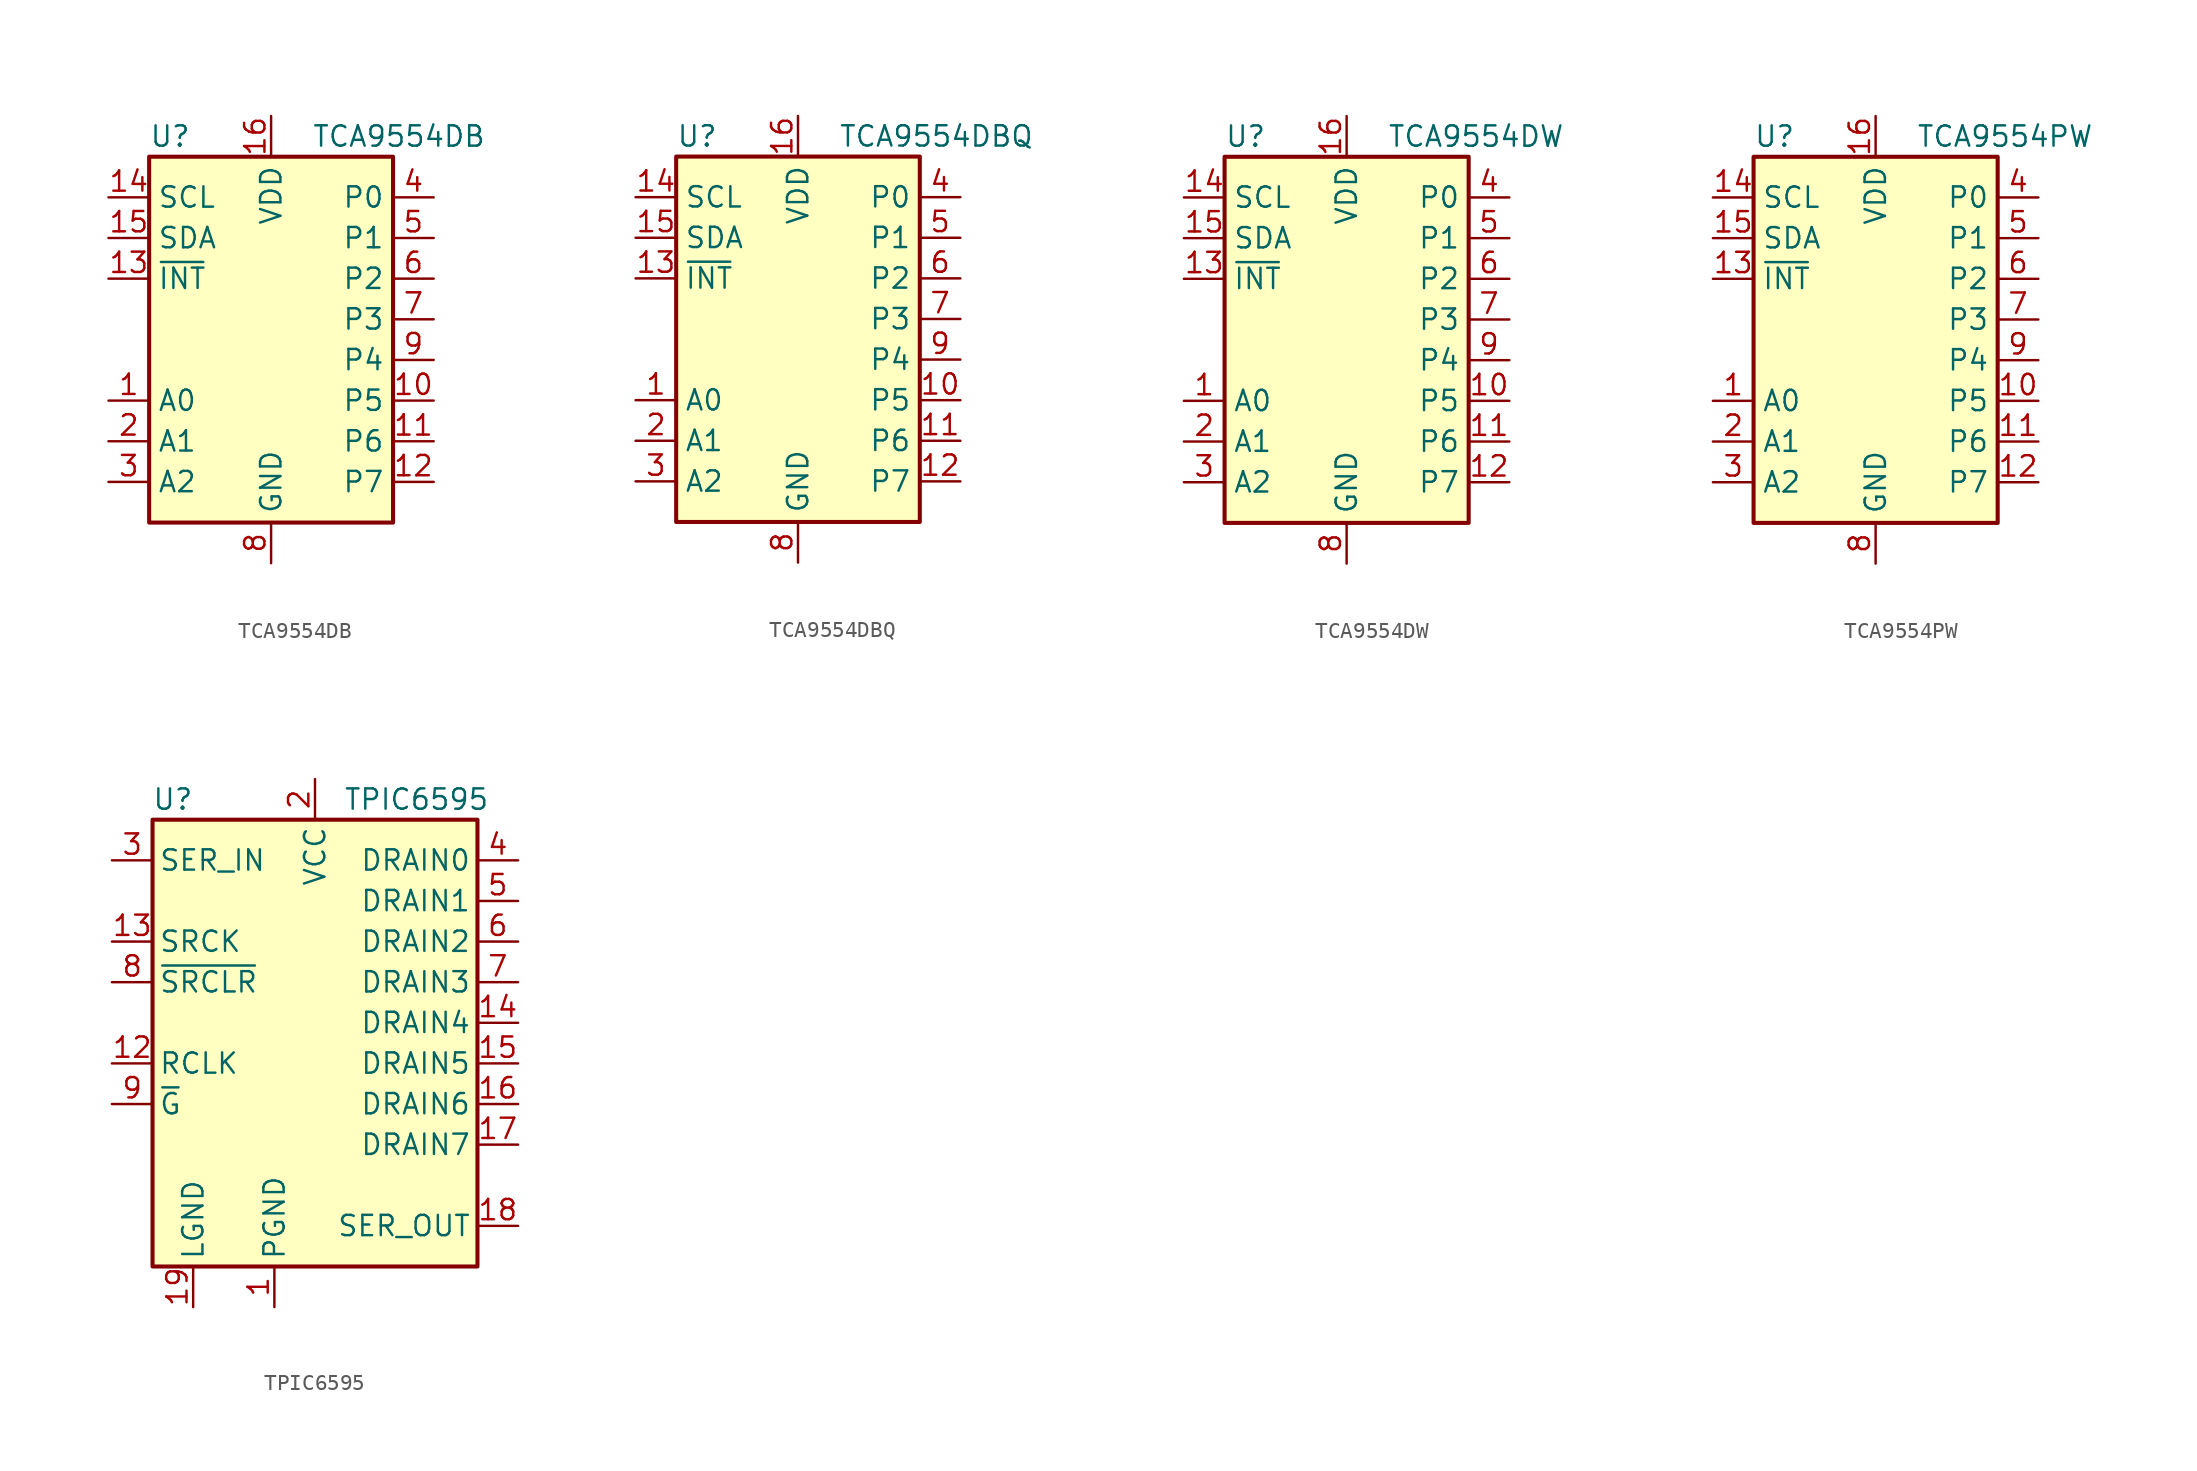
<source format=kicad_sym>
(kicad_symbol_lib
  (version 20201005)
  (generator kicad_symbol_editor)
  (symbol "TCA9554DB"
    (property "Reference" "U"
      (at -7.62 11.43 0)
      (effects (font (size 1.27 1.27)) (justify left)))
    (property "Value" "TCA9554DB"
      (at 2.54 11.43 0)
      (effects (font (size 1.27 1.27)) (justify left)))
    (symbol "TCA9554DB_0_1"
      (rectangle (start -7.62 -12.7) (end 7.62 10.16) (stroke (width 0.254)) (fill (type background))))
    (symbol "TCA9554DB_1_1"
      (pin input line (at -10.16 -5.08 0) (length 2.54) (name "A0" (effects (font (size 1.27 1.27)))) (number "1" (effects (font (size 1.27 1.27)))))
      (pin bidirectional line (at 10.16 -5.08 180) (length 2.54) (name "P5" (effects (font (size 1.27 1.27)))) (number "10" (effects (font (size 1.27 1.27)))))
      (pin bidirectional line (at 10.16 -7.62 180) (length 2.54) (name "P6" (effects (font (size 1.27 1.27)))) (number "11" (effects (font (size 1.27 1.27)))))
      (pin bidirectional line (at 10.16 -10.16 180) (length 2.54) (name "P7" (effects (font (size 1.27 1.27)))) (number "12" (effects (font (size 1.27 1.27)))))
      (pin open_collector line (at -10.16 2.54 0) (length 2.54) (name "~INT~" (effects (font (size 1.27 1.27)))) (number "13" (effects (font (size 1.27 1.27)))))
      (pin input line (at -10.16 7.62 0) (length 2.54) (name "SCL" (effects (font (size 1.27 1.27)))) (number "14" (effects (font (size 1.27 1.27)))))
      (pin bidirectional line (at -10.16 5.08 0) (length 2.54) (name "SDA" (effects (font (size 1.27 1.27)))) (number "15" (effects (font (size 1.27 1.27)))))
      (pin power_in line (at 0 12.7 270) (length 2.54) (name "VDD" (effects (font (size 1.27 1.27)))) (number "16" (effects (font (size 1.27 1.27)))))
      (pin input line (at -10.16 -7.62 0) (length 2.54) (name "A1" (effects (font (size 1.27 1.27)))) (number "2" (effects (font (size 1.27 1.27)))))
      (pin input line (at -10.16 -10.16 0) (length 2.54) (name "A2" (effects (font (size 1.27 1.27)))) (number "3" (effects (font (size 1.27 1.27)))))
      (pin bidirectional line (at 10.16 7.62 180) (length 2.54) (name "P0" (effects (font (size 1.27 1.27)))) (number "4" (effects (font (size 1.27 1.27)))))
      (pin bidirectional line (at 10.16 5.08 180) (length 2.54) (name "P1" (effects (font (size 1.27 1.27)))) (number "5" (effects (font (size 1.27 1.27)))))
      (pin bidirectional line (at 10.16 2.54 180) (length 2.54) (name "P2" (effects (font (size 1.27 1.27)))) (number "6" (effects (font (size 1.27 1.27)))))
      (pin bidirectional line (at 10.16 0 180) (length 2.54) (name "P3" (effects (font (size 1.27 1.27)))) (number "7" (effects (font (size 1.27 1.27)))))
      (pin power_in line (at 0 -15.24 90) (length 2.54) (name "GND" (effects (font (size 1.27 1.27)))) (number "8" (effects (font (size 1.27 1.27)))))
      (pin bidirectional line (at 10.16 -2.54 180) (length 2.54) (name "P4" (effects (font (size 1.27 1.27)))) (number "9" (effects (font (size 1.27 1.27)))))))
  (symbol "TCA9554DBQ"
    (property "Reference" "U"
      (at -7.62 11.43 0)
      (effects (font (size 1.27 1.27)) (justify left)))
    (property "Value" "TCA9554DBQ"
      (at 2.54 11.43 0)
      (effects (font (size 1.27 1.27)) (justify left)))
    (symbol "TCA9554DBQ_0_1"
      (rectangle (start -7.62 -12.7) (end 7.62 10.16) (stroke (width 0.254)) (fill (type background))))
    (symbol "TCA9554DBQ_1_1"
      (pin input line (at -10.16 -5.08 0) (length 2.54) (name "A0" (effects (font (size 1.27 1.27)))) (number "1" (effects (font (size 1.27 1.27)))))
      (pin bidirectional line (at 10.16 -5.08 180) (length 2.54) (name "P5" (effects (font (size 1.27 1.27)))) (number "10" (effects (font (size 1.27 1.27)))))
      (pin bidirectional line (at 10.16 -7.62 180) (length 2.54) (name "P6" (effects (font (size 1.27 1.27)))) (number "11" (effects (font (size 1.27 1.27)))))
      (pin bidirectional line (at 10.16 -10.16 180) (length 2.54) (name "P7" (effects (font (size 1.27 1.27)))) (number "12" (effects (font (size 1.27 1.27)))))
      (pin open_collector line (at -10.16 2.54 0) (length 2.54) (name "~INT~" (effects (font (size 1.27 1.27)))) (number "13" (effects (font (size 1.27 1.27)))))
      (pin input line (at -10.16 7.62 0) (length 2.54) (name "SCL" (effects (font (size 1.27 1.27)))) (number "14" (effects (font (size 1.27 1.27)))))
      (pin bidirectional line (at -10.16 5.08 0) (length 2.54) (name "SDA" (effects (font (size 1.27 1.27)))) (number "15" (effects (font (size 1.27 1.27)))))
      (pin power_in line (at 0 12.7 270) (length 2.54) (name "VDD" (effects (font (size 1.27 1.27)))) (number "16" (effects (font (size 1.27 1.27)))))
      (pin input line (at -10.16 -7.62 0) (length 2.54) (name "A1" (effects (font (size 1.27 1.27)))) (number "2" (effects (font (size 1.27 1.27)))))
      (pin input line (at -10.16 -10.16 0) (length 2.54) (name "A2" (effects (font (size 1.27 1.27)))) (number "3" (effects (font (size 1.27 1.27)))))
      (pin bidirectional line (at 10.16 7.62 180) (length 2.54) (name "P0" (effects (font (size 1.27 1.27)))) (number "4" (effects (font (size 1.27 1.27)))))
      (pin bidirectional line (at 10.16 5.08 180) (length 2.54) (name "P1" (effects (font (size 1.27 1.27)))) (number "5" (effects (font (size 1.27 1.27)))))
      (pin bidirectional line (at 10.16 2.54 180) (length 2.54) (name "P2" (effects (font (size 1.27 1.27)))) (number "6" (effects (font (size 1.27 1.27)))))
      (pin bidirectional line (at 10.16 0 180) (length 2.54) (name "P3" (effects (font (size 1.27 1.27)))) (number "7" (effects (font (size 1.27 1.27)))))
      (pin power_in line (at 0 -15.24 90) (length 2.54) (name "GND" (effects (font (size 1.27 1.27)))) (number "8" (effects (font (size 1.27 1.27)))))
      (pin bidirectional line (at 10.16 -2.54 180) (length 2.54) (name "P4" (effects (font (size 1.27 1.27)))) (number "9" (effects (font (size 1.27 1.27)))))))
  (symbol "TCA9554DW"
    (property "Reference" "U"
      (at -7.62 11.43 0)
      (effects (font (size 1.27 1.27)) (justify left)))
    (property "Value" "TCA9554DW"
      (at 2.54 11.43 0)
      (effects (font (size 1.27 1.27)) (justify left)))
    (symbol "TCA9554DW_0_1"
      (rectangle (start -7.62 -12.7) (end 7.62 10.16) (stroke (width 0.254)) (fill (type background))))
    (symbol "TCA9554DW_1_1"
      (pin input line (at -10.16 -5.08 0) (length 2.54) (name "A0" (effects (font (size 1.27 1.27)))) (number "1" (effects (font (size 1.27 1.27)))))
      (pin bidirectional line (at 10.16 -5.08 180) (length 2.54) (name "P5" (effects (font (size 1.27 1.27)))) (number "10" (effects (font (size 1.27 1.27)))))
      (pin bidirectional line (at 10.16 -7.62 180) (length 2.54) (name "P6" (effects (font (size 1.27 1.27)))) (number "11" (effects (font (size 1.27 1.27)))))
      (pin bidirectional line (at 10.16 -10.16 180) (length 2.54) (name "P7" (effects (font (size 1.27 1.27)))) (number "12" (effects (font (size 1.27 1.27)))))
      (pin open_collector line (at -10.16 2.54 0) (length 2.54) (name "~INT~" (effects (font (size 1.27 1.27)))) (number "13" (effects (font (size 1.27 1.27)))))
      (pin input line (at -10.16 7.62 0) (length 2.54) (name "SCL" (effects (font (size 1.27 1.27)))) (number "14" (effects (font (size 1.27 1.27)))))
      (pin bidirectional line (at -10.16 5.08 0) (length 2.54) (name "SDA" (effects (font (size 1.27 1.27)))) (number "15" (effects (font (size 1.27 1.27)))))
      (pin power_in line (at 0 12.7 270) (length 2.54) (name "VDD" (effects (font (size 1.27 1.27)))) (number "16" (effects (font (size 1.27 1.27)))))
      (pin input line (at -10.16 -7.62 0) (length 2.54) (name "A1" (effects (font (size 1.27 1.27)))) (number "2" (effects (font (size 1.27 1.27)))))
      (pin input line (at -10.16 -10.16 0) (length 2.54) (name "A2" (effects (font (size 1.27 1.27)))) (number "3" (effects (font (size 1.27 1.27)))))
      (pin bidirectional line (at 10.16 7.62 180) (length 2.54) (name "P0" (effects (font (size 1.27 1.27)))) (number "4" (effects (font (size 1.27 1.27)))))
      (pin bidirectional line (at 10.16 5.08 180) (length 2.54) (name "P1" (effects (font (size 1.27 1.27)))) (number "5" (effects (font (size 1.27 1.27)))))
      (pin bidirectional line (at 10.16 2.54 180) (length 2.54) (name "P2" (effects (font (size 1.27 1.27)))) (number "6" (effects (font (size 1.27 1.27)))))
      (pin bidirectional line (at 10.16 0 180) (length 2.54) (name "P3" (effects (font (size 1.27 1.27)))) (number "7" (effects (font (size 1.27 1.27)))))
      (pin power_in line (at 0 -15.24 90) (length 2.54) (name "GND" (effects (font (size 1.27 1.27)))) (number "8" (effects (font (size 1.27 1.27)))))
      (pin bidirectional line (at 10.16 -2.54 180) (length 2.54) (name "P4" (effects (font (size 1.27 1.27)))) (number "9" (effects (font (size 1.27 1.27)))))))
  (symbol "TCA9554PW"
    (property "Reference" "U"
      (at -7.62 11.43 0)
      (effects (font (size 1.27 1.27)) (justify left)))
    (property "Value" "TCA9554PW"
      (at 2.54 11.43 0)
      (effects (font (size 1.27 1.27)) (justify left)))
    (symbol "TCA9554PW_0_1"
      (rectangle (start -7.62 -12.7) (end 7.62 10.16) (stroke (width 0.254)) (fill (type background))))
    (symbol "TCA9554PW_1_1"
      (pin input line (at -10.16 -5.08 0) (length 2.54) (name "A0" (effects (font (size 1.27 1.27)))) (number "1" (effects (font (size 1.27 1.27)))))
      (pin bidirectional line (at 10.16 -5.08 180) (length 2.54) (name "P5" (effects (font (size 1.27 1.27)))) (number "10" (effects (font (size 1.27 1.27)))))
      (pin bidirectional line (at 10.16 -7.62 180) (length 2.54) (name "P6" (effects (font (size 1.27 1.27)))) (number "11" (effects (font (size 1.27 1.27)))))
      (pin bidirectional line (at 10.16 -10.16 180) (length 2.54) (name "P7" (effects (font (size 1.27 1.27)))) (number "12" (effects (font (size 1.27 1.27)))))
      (pin open_collector line (at -10.16 2.54 0) (length 2.54) (name "~INT~" (effects (font (size 1.27 1.27)))) (number "13" (effects (font (size 1.27 1.27)))))
      (pin input line (at -10.16 7.62 0) (length 2.54) (name "SCL" (effects (font (size 1.27 1.27)))) (number "14" (effects (font (size 1.27 1.27)))))
      (pin bidirectional line (at -10.16 5.08 0) (length 2.54) (name "SDA" (effects (font (size 1.27 1.27)))) (number "15" (effects (font (size 1.27 1.27)))))
      (pin power_in line (at 0 12.7 270) (length 2.54) (name "VDD" (effects (font (size 1.27 1.27)))) (number "16" (effects (font (size 1.27 1.27)))))
      (pin input line (at -10.16 -7.62 0) (length 2.54) (name "A1" (effects (font (size 1.27 1.27)))) (number "2" (effects (font (size 1.27 1.27)))))
      (pin input line (at -10.16 -10.16 0) (length 2.54) (name "A2" (effects (font (size 1.27 1.27)))) (number "3" (effects (font (size 1.27 1.27)))))
      (pin bidirectional line (at 10.16 7.62 180) (length 2.54) (name "P0" (effects (font (size 1.27 1.27)))) (number "4" (effects (font (size 1.27 1.27)))))
      (pin bidirectional line (at 10.16 5.08 180) (length 2.54) (name "P1" (effects (font (size 1.27 1.27)))) (number "5" (effects (font (size 1.27 1.27)))))
      (pin bidirectional line (at 10.16 2.54 180) (length 2.54) (name "P2" (effects (font (size 1.27 1.27)))) (number "6" (effects (font (size 1.27 1.27)))))
      (pin bidirectional line (at 10.16 0 180) (length 2.54) (name "P3" (effects (font (size 1.27 1.27)))) (number "7" (effects (font (size 1.27 1.27)))))
      (pin power_in line (at 0 -15.24 90) (length 2.54) (name "GND" (effects (font (size 1.27 1.27)))) (number "8" (effects (font (size 1.27 1.27)))))
      (pin bidirectional line (at 10.16 -2.54 180) (length 2.54) (name "P4" (effects (font (size 1.27 1.27)))) (number "9" (effects (font (size 1.27 1.27)))))))
  (symbol "TPIC6595"
    (pin_names
      (offset 0.381))
    (property "Reference" "U"
      (at -8.89 13.97 0)
      (effects (font (size 1.27 1.27))))
    (property "Value" "TPIC6595"
      (at 6.35 13.97 0)
      (effects (font (size 1.27 1.27))))
    (symbol "TPIC6595_0_1"
      (rectangle (start -10.16 12.7) (end 10.16 -15.24) (stroke (width 0.254)) (fill (type background))))
    (symbol "TPIC6595_1_1"
      (pin power_in line (at -2.54 -17.78 90) (length 2.54) (name "PGND" (effects (font (size 1.27 1.27)))) (number "1" (effects (font (size 1.27 1.27)))))
      (pin passive line (at -2.54 -17.78 90) (length 2.54) hide (name "PGND" (effects (font (size 1.27 1.27)))) (number "10" (effects (font (size 1.27 1.27)))))
      (pin passive line (at -2.54 -17.78 90) (length 2.54) hide (name "PGND" (effects (font (size 1.27 1.27)))) (number "11" (effects (font (size 1.27 1.27)))))
      (pin input line (at -12.7 -2.54 0) (length 2.54) (name "RCLK" (effects (font (size 1.27 1.27)))) (number "12" (effects (font (size 1.27 1.27)))))
      (pin input line (at -12.7 5.08 0) (length 2.54) (name "SRCK" (effects (font (size 1.27 1.27)))) (number "13" (effects (font (size 1.27 1.27)))))
      (pin open_collector line (at 12.7 0 180) (length 2.54) (name "DRAIN4" (effects (font (size 1.27 1.27)))) (number "14" (effects (font (size 1.27 1.27)))))
      (pin open_collector line (at 12.7 -2.54 180) (length 2.54) (name "DRAIN5" (effects (font (size 1.27 1.27)))) (number "15" (effects (font (size 1.27 1.27)))))
      (pin open_collector line (at 12.7 -5.08 180) (length 2.54) (name "DRAIN6" (effects (font (size 1.27 1.27)))) (number "16" (effects (font (size 1.27 1.27)))))
      (pin open_collector line (at 12.7 -7.62 180) (length 2.54) (name "DRAIN7" (effects (font (size 1.27 1.27)))) (number "17" (effects (font (size 1.27 1.27)))))
      (pin output line (at 12.7 -12.7 180) (length 2.54) (name "SER_OUT" (effects (font (size 1.27 1.27)))) (number "18" (effects (font (size 1.27 1.27)))))
      (pin power_in line (at -7.62 -17.78 90) (length 2.54) (name "LGND" (effects (font (size 1.27 1.27)))) (number "19" (effects (font (size 1.27 1.27)))))
      (pin power_in line (at 0 15.24 270) (length 2.54) (name "VCC" (effects (font (size 1.27 1.27)))) (number "2" (effects (font (size 1.27 1.27)))))
      (pin passive line (at -2.54 -17.78 90) (length 2.54) hide (name "PGND" (effects (font (size 1.27 1.27)))) (number "20" (effects (font (size 1.27 1.27)))))
      (pin input line (at -12.7 10.16 0) (length 2.54) (name "SER_IN" (effects (font (size 1.27 1.27)))) (number "3" (effects (font (size 1.27 1.27)))))
      (pin open_collector line (at 12.7 10.16 180) (length 2.54) (name "DRAIN0" (effects (font (size 1.27 1.27)))) (number "4" (effects (font (size 1.27 1.27)))))
      (pin open_collector line (at 12.7 7.62 180) (length 2.54) (name "DRAIN1" (effects (font (size 1.27 1.27)))) (number "5" (effects (font (size 1.27 1.27)))))
      (pin open_collector line (at 12.7 5.08 180) (length 2.54) (name "DRAIN2" (effects (font (size 1.27 1.27)))) (number "6" (effects (font (size 1.27 1.27)))))
      (pin open_collector line (at 12.7 2.54 180) (length 2.54) (name "DRAIN3" (effects (font (size 1.27 1.27)))) (number "7" (effects (font (size 1.27 1.27)))))
      (pin input line (at -12.7 2.54 0) (length 2.54) (name "~SRCLR" (effects (font (size 1.27 1.27)))) (number "8" (effects (font (size 1.27 1.27)))))
      (pin input line (at -12.7 -5.08 0) (length 2.54) (name "~G" (effects (font (size 1.27 1.27)))) (number "9" (effects (font (size 1.27 1.27))))))))
</source>
